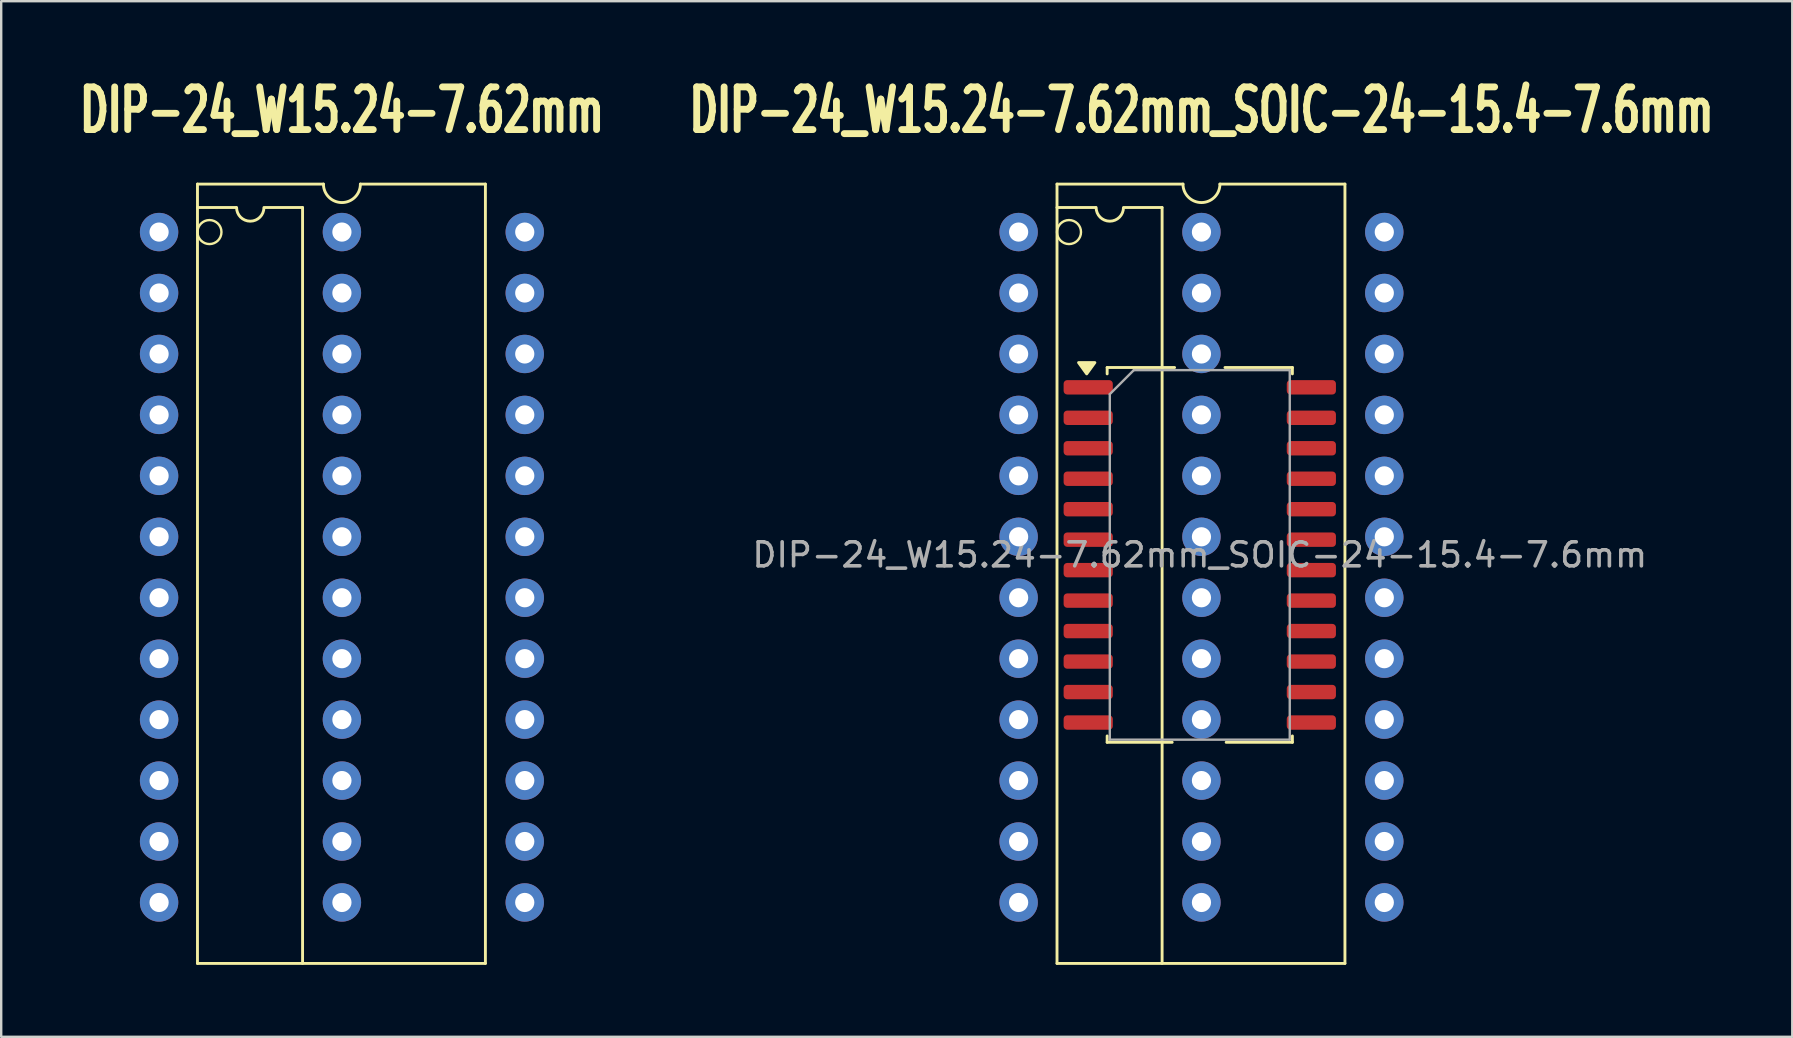
<source format=kicad_pcb>
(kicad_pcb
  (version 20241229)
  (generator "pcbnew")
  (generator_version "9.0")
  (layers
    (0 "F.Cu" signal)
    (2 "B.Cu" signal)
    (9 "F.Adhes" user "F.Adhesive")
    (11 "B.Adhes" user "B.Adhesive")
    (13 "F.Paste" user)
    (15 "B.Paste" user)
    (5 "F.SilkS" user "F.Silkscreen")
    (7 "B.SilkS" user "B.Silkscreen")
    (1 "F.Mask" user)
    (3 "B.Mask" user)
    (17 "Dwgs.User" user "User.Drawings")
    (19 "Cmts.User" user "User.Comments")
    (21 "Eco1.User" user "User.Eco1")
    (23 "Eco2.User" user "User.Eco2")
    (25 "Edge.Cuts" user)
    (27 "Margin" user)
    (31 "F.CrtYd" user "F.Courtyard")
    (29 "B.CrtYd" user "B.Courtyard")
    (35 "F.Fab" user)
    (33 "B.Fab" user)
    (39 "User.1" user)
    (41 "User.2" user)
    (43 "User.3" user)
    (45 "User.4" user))
  (footprint "DIP-24_W15.24-7.62mm_SOIC-24-15.4-7.6mm"
    (layer "F.Cu")
    (at 39.403 6.622)
    (property "Reference" "DIP-24_W15.24-7.62mm_SOIC-24-15.4-7.6mm" (at 7.62 -5.08 180) (layer "F.SilkS") (effects (font (size 1.778 1.143) (thickness 0.286))))
    (attr through_hole)
    (fp_line (start 1.6 -2) (end 6.85 -2) (stroke (width 0.12) (type solid)) (layer "F.SilkS"))
    (fp_line (start 1.6 -1.024) (end 3.2 -1.024) (stroke (width 0.12) (type solid)) (layer "F.SilkS"))
    (fp_line (start 1.6 30.48) (end 1.6 -2) (stroke (width 0.12) (type solid)) (layer "F.SilkS"))
    (fp_line (start 3.69 5.645) (end 3.69 5.91) (stroke (width 0.12) (type solid)) (layer "F.SilkS"))
    (fp_line (start 3.69 21.265) (end 3.69 21) (stroke (width 0.12) (type solid)) (layer "F.SilkS"))
    (fp_line (start 4.426 -1.024) (end 5.974 -1.024) (stroke (width 0.12) (type solid)) (layer "F.SilkS"))
    (fp_line (start 5.98 -1.024) (end 5.98 30.48) (stroke (width 0.12) (type solid)) (layer "F.SilkS"))
    (fp_line (start 6.4 21.265) (end 3.69 21.265) (stroke (width 0.12) (type solid)) (layer "F.SilkS"))
    (fp_line (start 6.5 5.645) (end 3.69 5.645) (stroke (width 0.12) (type solid)) (layer "F.SilkS"))
    (fp_line (start 8.39 -2) (end 13.6 -2) (stroke (width 0.12) (type solid)) (layer "F.SilkS"))
    (fp_line (start 8.6 5.645) (end 11.41 5.645) (stroke (width 0.12) (type solid)) (layer "F.SilkS"))
    (fp_line (start 8.65 21.265) (end 11.41 21.265) (stroke (width 0.12) (type solid)) (layer "F.SilkS"))
    (fp_line (start 11.41 5.645) (end 11.41 5.91) (stroke (width 0.12) (type solid)) (layer "F.SilkS"))
    (fp_line (start 11.41 21.265) (end 11.41 21) (stroke (width 0.12) (type solid)) (layer "F.SilkS"))
    (fp_line (start 13.6 -2) (end 13.6 30.48) (stroke (width 0.12) (type solid)) (layer "F.SilkS"))
    (fp_line (start 13.6 30.48) (end 1.6 30.48) (stroke (width 0.12) (type solid)) (layer "F.SilkS"))
    (fp_arc (start 4.37 -1.0235) (mid 3.8 -0.4535) (end 3.23 -1.0235) (stroke (width 0.12) (type solid)) (layer "F.SilkS"))
    (fp_arc (start 8.39 -2) (mid 7.62 -1.23) (end 6.85 -2) (stroke (width 0.12) (type solid)) (layer "F.SilkS"))
    (fp_circle (center 2.1 0) (end 2.6 0) (stroke (width 0.1) (type default)) (fill no) (layer "F.SilkS"))
    (fp_poly (pts (xy 2.837 5.91) (xy 2.498 5.44) (xy 3.178 5.44) (xy 2.837 5.91)) (stroke (width 0.12) (type solid)) (fill yes) (layer "F.SilkS"))
    (fp_line (start 3.8 6.755) (end 4.8 5.755) (stroke (width 0.1) (type solid)) (layer "F.Fab"))
    (fp_line (start 3.8 21.155) (end 3.8 6.755) (stroke (width 0.1) (type solid)) (layer "F.Fab"))
    (fp_line (start 4.8 5.755) (end 11.3 5.755) (stroke (width 0.1) (type solid)) (layer "F.Fab"))
    (fp_line (start 11.3 5.755) (end 11.3 21.155) (stroke (width 0.1) (type solid)) (layer "F.Fab"))
    (fp_line (start 11.3 21.155) (end 3.8 21.155) (stroke (width 0.1) (type solid)) (layer "F.Fab"))
    (fp_text user "${REFERENCE}" (at 7.55 13.455 0) (layer "F.Fab") (effects (font (size 1 1) (thickness 0.15))))
    (pad "1" thru_hole oval (at 0 0 270) (size 1.6 1.6) (drill 0.8) (layers "*.Cu" "*.Mask"))
    (pad "1" smd roundrect (at 2.9 6.47) (size 2.05 0.6) (layers "F.Cu" "F.Mask" "F.Paste") (roundrect_rratio 0.25))
    (pad "2" thru_hole oval (at 0 2.54 270) (size 1.6 1.6) (drill 0.8) (layers "*.Cu" "*.Mask"))
    (pad "2" smd roundrect (at 2.9 7.74) (size 2.05 0.6) (layers "F.Cu" "F.Mask" "F.Paste") (roundrect_rratio 0.25))
    (pad "3" thru_hole oval (at 0 5.08 270) (size 1.6 1.6) (drill 0.8) (layers "*.Cu" "*.Mask"))
    (pad "3" smd roundrect (at 2.9 9.01) (size 2.05 0.6) (layers "F.Cu" "F.Mask" "F.Paste") (roundrect_rratio 0.25))
    (pad "4" thru_hole oval (at 0 7.62 270) (size 1.6 1.6) (drill 0.8) (layers "*.Cu" "*.Mask"))
    (pad "4" smd roundrect (at 2.9 10.28) (size 2.05 0.6) (layers "F.Cu" "F.Mask" "F.Paste") (roundrect_rratio 0.25))
    (pad "5" thru_hole oval (at 0 10.16 270) (size 1.6 1.6) (drill 0.8) (layers "*.Cu" "*.Mask"))
    (pad "5" smd roundrect (at 2.9 11.55) (size 2.05 0.6) (layers "F.Cu" "F.Mask" "F.Paste") (roundrect_rratio 0.25))
    (pad "6" thru_hole oval (at 0 12.7 270) (size 1.6 1.6) (drill 0.8) (layers "*.Cu" "*.Mask"))
    (pad "6" smd roundrect (at 2.9 12.82) (size 2.05 0.6) (layers "F.Cu" "F.Mask" "F.Paste") (roundrect_rratio 0.25))
    (pad "7" thru_hole oval (at 0 15.24 270) (size 1.6 1.6) (drill 0.8) (layers "*.Cu" "*.Mask"))
    (pad "7" smd roundrect (at 2.9 14.09) (size 2.05 0.6) (layers "F.Cu" "F.Mask" "F.Paste") (roundrect_rratio 0.25))
    (pad "8" thru_hole oval (at 0 17.78 270) (size 1.6 1.6) (drill 0.8) (layers "*.Cu" "*.Mask"))
    (pad "8" smd roundrect (at 2.9 15.36) (size 2.05 0.6) (layers "F.Cu" "F.Mask" "F.Paste") (roundrect_rratio 0.25))
    (pad "9" thru_hole oval (at 0 20.32 270) (size 1.6 1.6) (drill 0.8) (layers "*.Cu" "*.Mask"))
    (pad "9" smd roundrect (at 2.9 16.63) (size 2.05 0.6) (layers "F.Cu" "F.Mask" "F.Paste") (roundrect_rratio 0.25))
    (pad "10" thru_hole oval (at 0 22.86 270) (size 1.6 1.6) (drill 0.8) (layers "*.Cu" "*.Mask"))
    (pad "10" smd roundrect (at 2.9 17.9) (size 2.05 0.6) (layers "F.Cu" "F.Mask" "F.Paste") (roundrect_rratio 0.25))
    (pad "11" thru_hole oval (at 0 25.4 270) (size 1.6 1.6) (drill 0.8) (layers "*.Cu" "*.Mask"))
    (pad "11" smd roundrect (at 2.9 19.17) (size 2.05 0.6) (layers "F.Cu" "F.Mask" "F.Paste") (roundrect_rratio 0.25))
    (pad "12" thru_hole oval (at 0 27.94 270) (size 1.6 1.6) (drill 0.8) (layers "*.Cu" "*.Mask"))
    (pad "12" smd roundrect (at 2.9 20.44) (size 2.05 0.6) (layers "F.Cu" "F.Mask" "F.Paste") (roundrect_rratio 0.25))
    (pad "13" thru_hole oval (at 7.62 27.94 270) (size 1.6 1.6) (drill 0.8) (layers "*.Cu" "*.Mask"))
    (pad "13" smd roundrect (at 12.2 20.44) (size 2.05 0.6) (layers "F.Cu" "F.Mask" "F.Paste") (roundrect_rratio 0.25))
    (pad "13" thru_hole oval (at 15.24 27.94 270) (size 1.6 1.6) (drill 0.8) (layers "*.Cu" "*.Mask"))
    (pad "14" thru_hole oval (at 7.62 25.4 270) (size 1.6 1.6) (drill 0.8) (layers "*.Cu" "*.Mask"))
    (pad "14" smd roundrect (at 12.2 19.17) (size 2.05 0.6) (layers "F.Cu" "F.Mask" "F.Paste") (roundrect_rratio 0.25))
    (pad "14" thru_hole oval (at 15.24 25.4 270) (size 1.6 1.6) (drill 0.8) (layers "*.Cu" "*.Mask"))
    (pad "15" thru_hole oval (at 7.62 22.86 270) (size 1.6 1.6) (drill 0.8) (layers "*.Cu" "*.Mask"))
    (pad "15" smd roundrect (at 12.2 17.9) (size 2.05 0.6) (layers "F.Cu" "F.Mask" "F.Paste") (roundrect_rratio 0.25))
    (pad "15" thru_hole oval (at 15.24 22.86 270) (size 1.6 1.6) (drill 0.8) (layers "*.Cu" "*.Mask"))
    (pad "16" thru_hole oval (at 7.62 20.32 270) (size 1.6 1.6) (drill 0.8) (layers "*.Cu" "*.Mask"))
    (pad "16" smd roundrect (at 12.2 16.63) (size 2.05 0.6) (layers "F.Cu" "F.Mask" "F.Paste") (roundrect_rratio 0.25))
    (pad "16" thru_hole oval (at 15.24 20.32 270) (size 1.6 1.6) (drill 0.8) (layers "*.Cu" "*.Mask"))
    (pad "17" thru_hole oval (at 7.62 17.78 270) (size 1.6 1.6) (drill 0.8) (layers "*.Cu" "*.Mask"))
    (pad "17" smd roundrect (at 12.2 15.36) (size 2.05 0.6) (layers "F.Cu" "F.Mask" "F.Paste") (roundrect_rratio 0.25))
    (pad "17" thru_hole oval (at 15.24 17.78 270) (size 1.6 1.6) (drill 0.8) (layers "*.Cu" "*.Mask"))
    (pad "18" thru_hole oval (at 7.62 15.24 270) (size 1.6 1.6) (drill 0.8) (layers "*.Cu" "*.Mask"))
    (pad "18" smd roundrect (at 12.2 14.09) (size 2.05 0.6) (layers "F.Cu" "F.Mask" "F.Paste") (roundrect_rratio 0.25))
    (pad "18" thru_hole oval (at 15.24 15.24 270) (size 1.6 1.6) (drill 0.8) (layers "*.Cu" "*.Mask"))
    (pad "19" thru_hole oval (at 7.62 12.7 270) (size 1.6 1.6) (drill 0.8) (layers "*.Cu" "*.Mask"))
    (pad "19" smd roundrect (at 12.2 12.82) (size 2.05 0.6) (layers "F.Cu" "F.Mask" "F.Paste") (roundrect_rratio 0.25))
    (pad "19" thru_hole oval (at 15.24 12.7 270) (size 1.6 1.6) (drill 0.8) (layers "*.Cu" "*.Mask"))
    (pad "20" thru_hole oval (at 7.62 10.16 270) (size 1.6 1.6) (drill 0.8) (layers "*.Cu" "*.Mask"))
    (pad "20" smd roundrect (at 12.2 11.55) (size 2.05 0.6) (layers "F.Cu" "F.Mask" "F.Paste") (roundrect_rratio 0.25))
    (pad "20" thru_hole oval (at 15.24 10.16 270) (size 1.6 1.6) (drill 0.8) (layers "*.Cu" "*.Mask"))
    (pad "21" thru_hole oval (at 7.62 7.62 270) (size 1.6 1.6) (drill 0.8) (layers "*.Cu" "*.Mask"))
    (pad "21" smd roundrect (at 12.2 10.28) (size 2.05 0.6) (layers "F.Cu" "F.Mask" "F.Paste") (roundrect_rratio 0.25))
    (pad "21" thru_hole oval (at 15.24 7.62 270) (size 1.6 1.6) (drill 0.8) (layers "*.Cu" "*.Mask"))
    (pad "22" thru_hole oval (at 7.62 5.08 270) (size 1.6 1.6) (drill 0.8) (layers "*.Cu" "*.Mask"))
    (pad "22" smd roundrect (at 12.2 9.01) (size 2.05 0.6) (layers "F.Cu" "F.Mask" "F.Paste") (roundrect_rratio 0.25))
    (pad "22" thru_hole oval (at 15.24 5.08 270) (size 1.6 1.6) (drill 0.8) (layers "*.Cu" "*.Mask"))
    (pad "23" thru_hole oval (at 7.62 2.54 270) (size 1.6 1.6) (drill 0.8) (layers "*.Cu" "*.Mask"))
    (pad "23" smd roundrect (at 12.2 7.74) (size 2.05 0.6) (layers "F.Cu" "F.Mask" "F.Paste") (roundrect_rratio 0.25))
    (pad "23" thru_hole oval (at 15.24 2.54 270) (size 1.6 1.6) (drill 0.8) (layers "*.Cu" "*.Mask"))
    (pad "24" thru_hole oval (at 7.62 0 270) (size 1.6 1.6) (drill 0.8) (layers "*.Cu" "*.Mask"))
    (pad "24" smd roundrect (at 12.2 6.47) (size 2.05 0.6) (layers "F.Cu" "F.Mask" "F.Paste") (roundrect_rratio 0.25))
    (pad "24" thru_hole oval (at 15.24 0 270) (size 1.6 1.6) (drill 0.8) (layers "*.Cu" "*.Mask")))
  (footprint "DIP-24_W15.24-7.62mm"
    (layer "F.Cu")
    (at 3.58 6.622)
    (property "Reference" "DIP-24_W15.24-7.62mm" (at 7.62 -5.08 180) (layer "F.SilkS") (effects (font (size 1.778 1.143) (thickness 0.286))))
    (attr through_hole)
    (fp_line (start 1.6 -2) (end 6.85 -2) (stroke (width 0.12) (type solid)) (layer "F.SilkS"))
    (fp_line (start 1.6 -1.024) (end 3.2 -1.024) (stroke (width 0.12) (type solid)) (layer "F.SilkS"))
    (fp_line (start 1.6 30.48) (end 1.6 -2) (stroke (width 0.12) (type solid)) (layer "F.SilkS"))
    (fp_line (start 4.426 -1.024) (end 5.974 -1.024) (stroke (width 0.12) (type solid)) (layer "F.SilkS"))
    (fp_line (start 5.98 -1.024) (end 5.98 30.48) (stroke (width 0.12) (type solid)) (layer "F.SilkS"))
    (fp_line (start 8.39 -2) (end 13.6 -2) (stroke (width 0.12) (type solid)) (layer "F.SilkS"))
    (fp_line (start 13.6 -2) (end 13.6 30.48) (stroke (width 0.12) (type solid)) (layer "F.SilkS"))
    (fp_line (start 13.6 30.48) (end 1.6 30.48) (stroke (width 0.12) (type solid)) (layer "F.SilkS"))
    (fp_arc (start 4.37 -1.0235) (mid 3.8 -0.4535) (end 3.23 -1.0235) (stroke (width 0.12) (type solid)) (layer "F.SilkS"))
    (fp_arc (start 8.39 -2) (mid 7.62 -1.23) (end 6.85 -2) (stroke (width 0.12) (type solid)) (layer "F.SilkS"))
    (fp_circle (center 2.1 0) (end 2.6 0) (stroke (width 0.1) (type default)) (fill no) (layer "F.SilkS"))
    (pad "1" thru_hole oval (at 0 0 270) (size 1.6 1.6) (drill 0.8) (layers "*.Cu" "*.Mask"))
    (pad "2" thru_hole oval (at 0 2.54 270) (size 1.6 1.6) (drill 0.8) (layers "*.Cu" "*.Mask"))
    (pad "3" thru_hole oval (at 0 5.08 270) (size 1.6 1.6) (drill 0.8) (layers "*.Cu" "*.Mask"))
    (pad "4" thru_hole oval (at 0 7.62 270) (size 1.6 1.6) (drill 0.8) (layers "*.Cu" "*.Mask"))
    (pad "5" thru_hole oval (at 0 10.16 270) (size 1.6 1.6) (drill 0.8) (layers "*.Cu" "*.Mask"))
    (pad "6" thru_hole oval (at 0 12.7 270) (size 1.6 1.6) (drill 0.8) (layers "*.Cu" "*.Mask"))
    (pad "7" thru_hole oval (at 0 15.24 270) (size 1.6 1.6) (drill 0.8) (layers "*.Cu" "*.Mask"))
    (pad "8" thru_hole oval (at 0 17.78 270) (size 1.6 1.6) (drill 0.8) (layers "*.Cu" "*.Mask"))
    (pad "9" thru_hole oval (at 0 20.32 270) (size 1.6 1.6) (drill 0.8) (layers "*.Cu" "*.Mask"))
    (pad "10" thru_hole oval (at 0 22.86 270) (size 1.6 1.6) (drill 0.8) (layers "*.Cu" "*.Mask"))
    (pad "11" thru_hole oval (at 0 25.4 270) (size 1.6 1.6) (drill 0.8) (layers "*.Cu" "*.Mask"))
    (pad "12" thru_hole oval (at 0 27.94 270) (size 1.6 1.6) (drill 0.8) (layers "*.Cu" "*.Mask"))
    (pad "13" thru_hole oval (at 7.62 27.94 270) (size 1.6 1.6) (drill 0.8) (layers "*.Cu" "*.Mask"))
    (pad "13" thru_hole oval (at 15.24 27.94 270) (size 1.6 1.6) (drill 0.8) (layers "*.Cu" "*.Mask"))
    (pad "14" thru_hole oval (at 7.62 25.4 270) (size 1.6 1.6) (drill 0.8) (layers "*.Cu" "*.Mask"))
    (pad "14" thru_hole oval (at 15.24 25.4 270) (size 1.6 1.6) (drill 0.8) (layers "*.Cu" "*.Mask"))
    (pad "15" thru_hole oval (at 7.62 22.86 270) (size 1.6 1.6) (drill 0.8) (layers "*.Cu" "*.Mask"))
    (pad "15" thru_hole oval (at 15.24 22.86 270) (size 1.6 1.6) (drill 0.8) (layers "*.Cu" "*.Mask"))
    (pad "16" thru_hole oval (at 7.62 20.32 270) (size 1.6 1.6) (drill 0.8) (layers "*.Cu" "*.Mask"))
    (pad "16" thru_hole oval (at 15.24 20.32 270) (size 1.6 1.6) (drill 0.8) (layers "*.Cu" "*.Mask"))
    (pad "17" thru_hole oval (at 7.62 17.78 270) (size 1.6 1.6) (drill 0.8) (layers "*.Cu" "*.Mask"))
    (pad "17" thru_hole oval (at 15.24 17.78 270) (size 1.6 1.6) (drill 0.8) (layers "*.Cu" "*.Mask"))
    (pad "18" thru_hole oval (at 7.62 15.24 270) (size 1.6 1.6) (drill 0.8) (layers "*.Cu" "*.Mask"))
    (pad "18" thru_hole oval (at 15.24 15.24 270) (size 1.6 1.6) (drill 0.8) (layers "*.Cu" "*.Mask"))
    (pad "19" thru_hole oval (at 7.62 12.7 270) (size 1.6 1.6) (drill 0.8) (layers "*.Cu" "*.Mask"))
    (pad "19" thru_hole oval (at 15.24 12.7 270) (size 1.6 1.6) (drill 0.8) (layers "*.Cu" "*.Mask"))
    (pad "20" thru_hole oval (at 7.62 10.16 270) (size 1.6 1.6) (drill 0.8) (layers "*.Cu" "*.Mask"))
    (pad "20" thru_hole oval (at 15.24 10.16 270) (size 1.6 1.6) (drill 0.8) (layers "*.Cu" "*.Mask"))
    (pad "21" thru_hole oval (at 7.62 7.62 270) (size 1.6 1.6) (drill 0.8) (layers "*.Cu" "*.Mask"))
    (pad "21" thru_hole oval (at 15.24 7.62 270) (size 1.6 1.6) (drill 0.8) (layers "*.Cu" "*.Mask"))
    (pad "22" thru_hole oval (at 7.62 5.08 270) (size 1.6 1.6) (drill 0.8) (layers "*.Cu" "*.Mask"))
    (pad "22" thru_hole oval (at 15.24 5.08 270) (size 1.6 1.6) (drill 0.8) (layers "*.Cu" "*.Mask"))
    (pad "23" thru_hole oval (at 7.62 2.54 270) (size 1.6 1.6) (drill 0.8) (layers "*.Cu" "*.Mask"))
    (pad "23" thru_hole oval (at 15.24 2.54 270) (size 1.6 1.6) (drill 0.8) (layers "*.Cu" "*.Mask"))
    (pad "24" thru_hole oval (at 7.62 0 270) (size 1.6 1.6) (drill 0.8) (layers "*.Cu" "*.Mask"))
    (pad "24" thru_hole oval (at 15.24 0 270) (size 1.6 1.6) (drill 0.8) (layers "*.Cu" "*.Mask")))
  (gr_rect
    (start -3 -3)
    (end 71.646 40.162)
    (stroke (width 0.1) (type default))
    (fill no)
    (layer "Edge.Cuts")))
</source>
